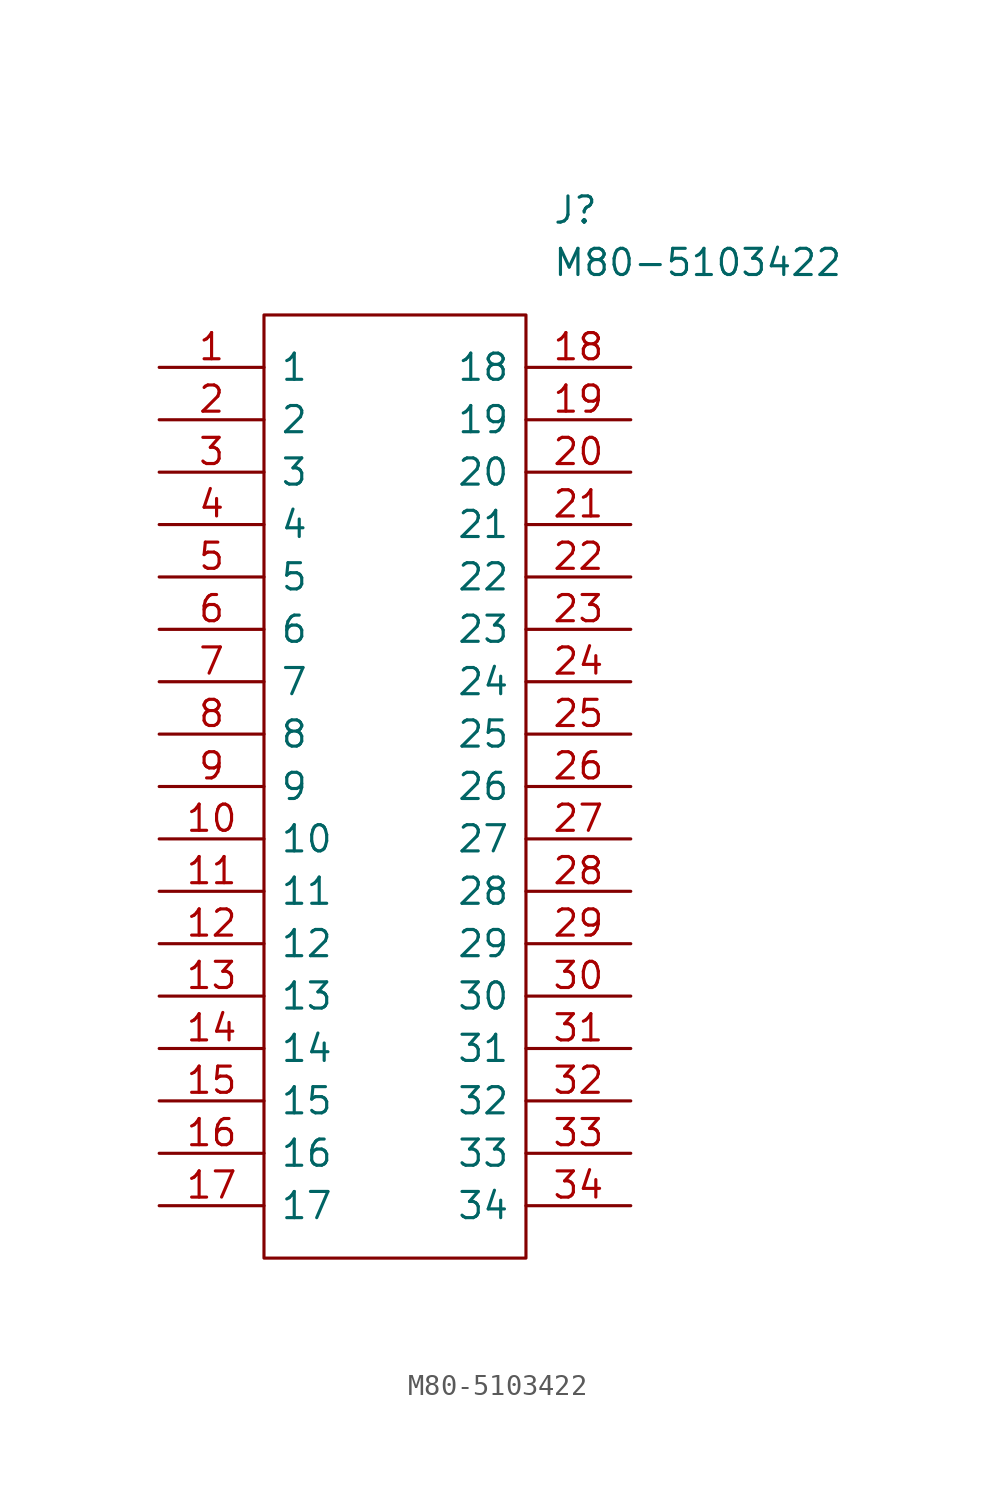
<source format=kicad_sym>
(kicad_symbol_lib
  (version 20220914)
  (generator kicad_symbol_editor)
  (symbol "M80-5103422"
    (pin_names
      (offset 0.762))
    (property "Reference" "J"
      (at 19.05 7.62 0)
      (effects (font (size 1.27 1.27)) (justify left)))
    (property "Value" "M80-5103422"
      (at 19.05 5.08 0)
      (effects (font (size 1.27 1.27)) (justify left)))
    (symbol "M80-5103422_0_0"
      (pin passive line (at 0 0 0) (length 5.08) (name "1" (effects (font (size 1.27 1.27)))) (number "1" (effects (font (size 1.27 1.27)))))
      (pin passive line (at 0 -22.86 0) (length 5.08) (name "10" (effects (font (size 1.27 1.27)))) (number "10" (effects (font (size 1.27 1.27)))))
      (pin passive line (at 0 -25.4 0) (length 5.08) (name "11" (effects (font (size 1.27 1.27)))) (number "11" (effects (font (size 1.27 1.27)))))
      (pin passive line (at 0 -27.94 0) (length 5.08) (name "12" (effects (font (size 1.27 1.27)))) (number "12" (effects (font (size 1.27 1.27)))))
      (pin passive line (at 0 -30.48 0) (length 5.08) (name "13" (effects (font (size 1.27 1.27)))) (number "13" (effects (font (size 1.27 1.27)))))
      (pin passive line (at 0 -33.02 0) (length 5.08) (name "14" (effects (font (size 1.27 1.27)))) (number "14" (effects (font (size 1.27 1.27)))))
      (pin passive line (at 0 -35.56 0) (length 5.08) (name "15" (effects (font (size 1.27 1.27)))) (number "15" (effects (font (size 1.27 1.27)))))
      (pin passive line (at 0 -38.1 0) (length 5.08) (name "16" (effects (font (size 1.27 1.27)))) (number "16" (effects (font (size 1.27 1.27)))))
      (pin passive line (at 0 -40.64 0) (length 5.08) (name "17" (effects (font (size 1.27 1.27)))) (number "17" (effects (font (size 1.27 1.27)))))
      (pin passive line (at 22.86 0 180) (length 5.08) (name "18" (effects (font (size 1.27 1.27)))) (number "18" (effects (font (size 1.27 1.27)))))
      (pin passive line (at 22.86 -2.54 180) (length 5.08) (name "19" (effects (font (size 1.27 1.27)))) (number "19" (effects (font (size 1.27 1.27)))))
      (pin passive line (at 0 -2.54 0) (length 5.08) (name "2" (effects (font (size 1.27 1.27)))) (number "2" (effects (font (size 1.27 1.27)))))
      (pin passive line (at 22.86 -5.08 180) (length 5.08) (name "20" (effects (font (size 1.27 1.27)))) (number "20" (effects (font (size 1.27 1.27)))))
      (pin passive line (at 22.86 -7.62 180) (length 5.08) (name "21" (effects (font (size 1.27 1.27)))) (number "21" (effects (font (size 1.27 1.27)))))
      (pin passive line (at 22.86 -10.16 180) (length 5.08) (name "22" (effects (font (size 1.27 1.27)))) (number "22" (effects (font (size 1.27 1.27)))))
      (pin passive line (at 22.86 -12.7 180) (length 5.08) (name "23" (effects (font (size 1.27 1.27)))) (number "23" (effects (font (size 1.27 1.27)))))
      (pin passive line (at 22.86 -15.24 180) (length 5.08) (name "24" (effects (font (size 1.27 1.27)))) (number "24" (effects (font (size 1.27 1.27)))))
      (pin passive line (at 22.86 -17.78 180) (length 5.08) (name "25" (effects (font (size 1.27 1.27)))) (number "25" (effects (font (size 1.27 1.27)))))
      (pin passive line (at 22.86 -20.32 180) (length 5.08) (name "26" (effects (font (size 1.27 1.27)))) (number "26" (effects (font (size 1.27 1.27)))))
      (pin passive line (at 22.86 -22.86 180) (length 5.08) (name "27" (effects (font (size 1.27 1.27)))) (number "27" (effects (font (size 1.27 1.27)))))
      (pin passive line (at 22.86 -25.4 180) (length 5.08) (name "28" (effects (font (size 1.27 1.27)))) (number "28" (effects (font (size 1.27 1.27)))))
      (pin passive line (at 22.86 -27.94 180) (length 5.08) (name "29" (effects (font (size 1.27 1.27)))) (number "29" (effects (font (size 1.27 1.27)))))
      (pin passive line (at 0 -5.08 0) (length 5.08) (name "3" (effects (font (size 1.27 1.27)))) (number "3" (effects (font (size 1.27 1.27)))))
      (pin passive line (at 22.86 -30.48 180) (length 5.08) (name "30" (effects (font (size 1.27 1.27)))) (number "30" (effects (font (size 1.27 1.27)))))
      (pin passive line (at 22.86 -33.02 180) (length 5.08) (name "31" (effects (font (size 1.27 1.27)))) (number "31" (effects (font (size 1.27 1.27)))))
      (pin passive line (at 22.86 -35.56 180) (length 5.08) (name "32" (effects (font (size 1.27 1.27)))) (number "32" (effects (font (size 1.27 1.27)))))
      (pin passive line (at 22.86 -38.1 180) (length 5.08) (name "33" (effects (font (size 1.27 1.27)))) (number "33" (effects (font (size 1.27 1.27)))))
      (pin passive line (at 22.86 -40.64 180) (length 5.08) (name "34" (effects (font (size 1.27 1.27)))) (number "34" (effects (font (size 1.27 1.27)))))
      (pin passive line (at 0 -7.62 0) (length 5.08) (name "4" (effects (font (size 1.27 1.27)))) (number "4" (effects (font (size 1.27 1.27)))))
      (pin passive line (at 0 -10.16 0) (length 5.08) (name "5" (effects (font (size 1.27 1.27)))) (number "5" (effects (font (size 1.27 1.27)))))
      (pin passive line (at 0 -12.7 0) (length 5.08) (name "6" (effects (font (size 1.27 1.27)))) (number "6" (effects (font (size 1.27 1.27)))))
      (pin passive line (at 0 -15.24 0) (length 5.08) (name "7" (effects (font (size 1.27 1.27)))) (number "7" (effects (font (size 1.27 1.27)))))
      (pin passive line (at 0 -17.78 0) (length 5.08) (name "8" (effects (font (size 1.27 1.27)))) (number "8" (effects (font (size 1.27 1.27)))))
      (pin passive line (at 0 -20.32 0) (length 5.08) (name "9" (effects (font (size 1.27 1.27)))) (number "9" (effects (font (size 1.27 1.27))))))
    (symbol "M80-5103422_0_1"
      (polyline (pts (xy 5.08 2.54) (xy 17.78 2.54) (xy 17.78 -43.18) (xy 5.08 -43.18) (xy 5.08 2.54)) (stroke (width 0.152) (type solid)) (fill (type none))))))
</source>
